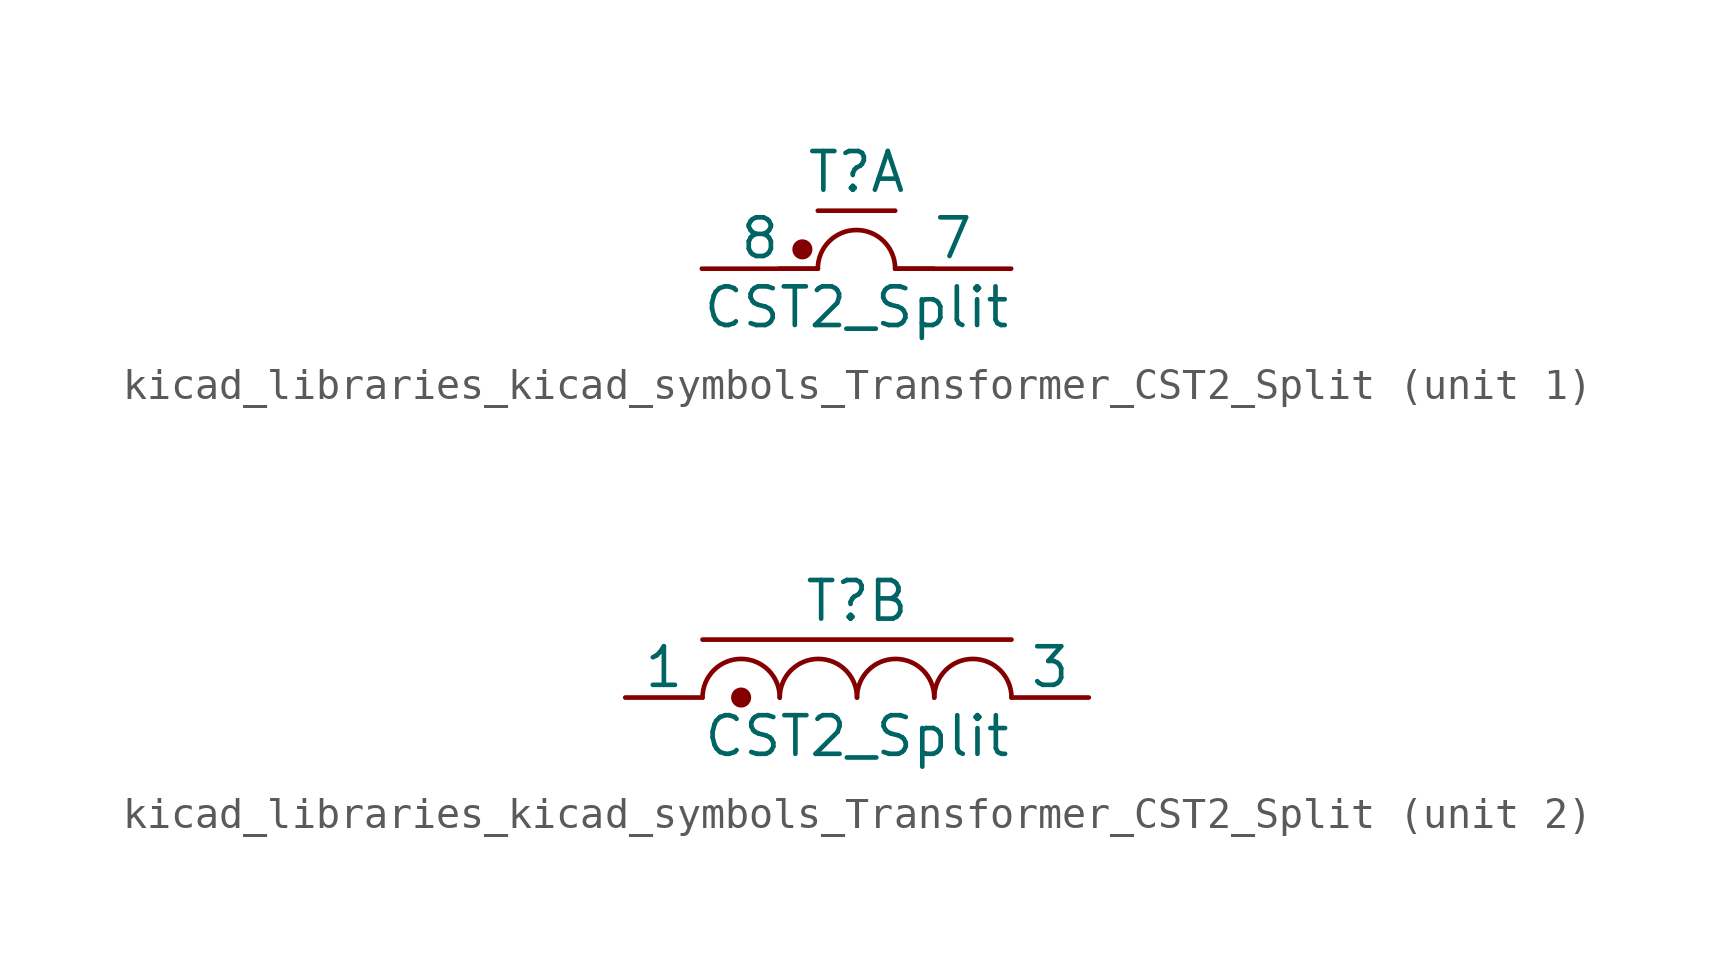
<source format=kicad_sym>
(kicad_symbol_lib
  (version 20220914)
  (generator kicad_symbol_editor)
  (symbol "kicad_libraries_kicad_symbols_Transformer_CST2_Split"
    (pin_numbers hide)
    (pin_names
      (offset 0))
    (property "Reference" "T"
      (at 0 3.175 0)
      (effects (font (size 1.27 1.27))))
    (property "Value" "CST2_Split"
      (at 0 -1.27 0)
      (effects (font (size 1.27 1.27))))
    (property "ki_locked" ""
      (at 0 0 0)
      (effects (font (size 1.27 1.27))))
    (symbol "kicad_libraries_kicad_symbols_Transformer_CST2_Split_1_1"
      (circle (center -1.778 0.635) (radius 0.254) (stroke (width 0) (type default)) (fill (type outline)))
      (polyline (pts (xy -2.54 0) (xy -1.27 0)) (stroke (width 0) (type default)) (fill (type none)))
      (polyline (pts (xy -1.27 1.905) (xy 1.27 1.905)) (stroke (width 0) (type default)) (fill (type none)))
      (polyline (pts (xy 1.27 0) (xy 2.54 0)) (stroke (width 0) (type default)) (fill (type none)))
      (arc (start 1.27 0) (mid 0 1.2645) (end -1.27 0) (stroke (width 0) (type default)) (fill (type none)))
      (pin no_connect line (at -2.54 0 0) (length 2.54) hide (name "5" (effects (font (size 1.27 1.27)))) (number "5" (effects (font (size 1.27 1.27)))))
      (pin no_connect line (at 2.54 0 180) (length 2.54) hide (name "6" (effects (font (size 1.27 1.27)))) (number "6" (effects (font (size 1.27 1.27)))))
      (pin passive line (at 5.08 0 180) (length 3.81) (name "7" (effects (font (size 1.27 1.27)))) (number "7" (effects (font (size 1.27 1.27)))))
      (pin passive line (at -5.08 0 0) (length 3.81) (name "8" (effects (font (size 1.27 1.27)))) (number "8" (effects (font (size 1.27 1.27))))))
    (symbol "kicad_libraries_kicad_symbols_Transformer_CST2_Split_2_1"
      (circle (center -3.81 0) (radius 0.254) (stroke (width 0) (type default)) (fill (type outline)))
      (arc (start -2.54 0) (mid -3.81 1.2645) (end -5.08 0) (stroke (width 0) (type default)) (fill (type none)))
      (arc (start 0 0) (mid -1.27 1.2645) (end -2.54 0) (stroke (width 0) (type default)) (fill (type none)))
      (polyline (pts (xy -5.08 1.905) (xy 5.08 1.905)) (stroke (width 0) (type default)) (fill (type none)))
      (arc (start 2.54 0) (mid 1.27 1.2645) (end 0 0) (stroke (width 0) (type default)) (fill (type none)))
      (arc (start 5.08 0) (mid 3.81 1.2645) (end 2.54 0) (stroke (width 0) (type default)) (fill (type none)))
      (pin passive line (at -7.62 0 0) (length 2.54) (name "1" (effects (font (size 1.27 1.27)))) (number "1" (effects (font (size 1.27 1.27)))))
      (pin no_connect line (at -2.54 0 0) (length 2.54) hide (name "2" (effects (font (size 1.27 1.27)))) (number "2" (effects (font (size 1.27 1.27)))))
      (pin passive line (at 7.62 0 180) (length 2.54) (name "3" (effects (font (size 1.27 1.27)))) (number "3" (effects (font (size 1.27 1.27)))))
      (pin no_connect line (at 2.54 0 180) (length 2.54) hide (name "4" (effects (font (size 1.27 1.27)))) (number "4" (effects (font (size 1.27 1.27))))))))
</source>
